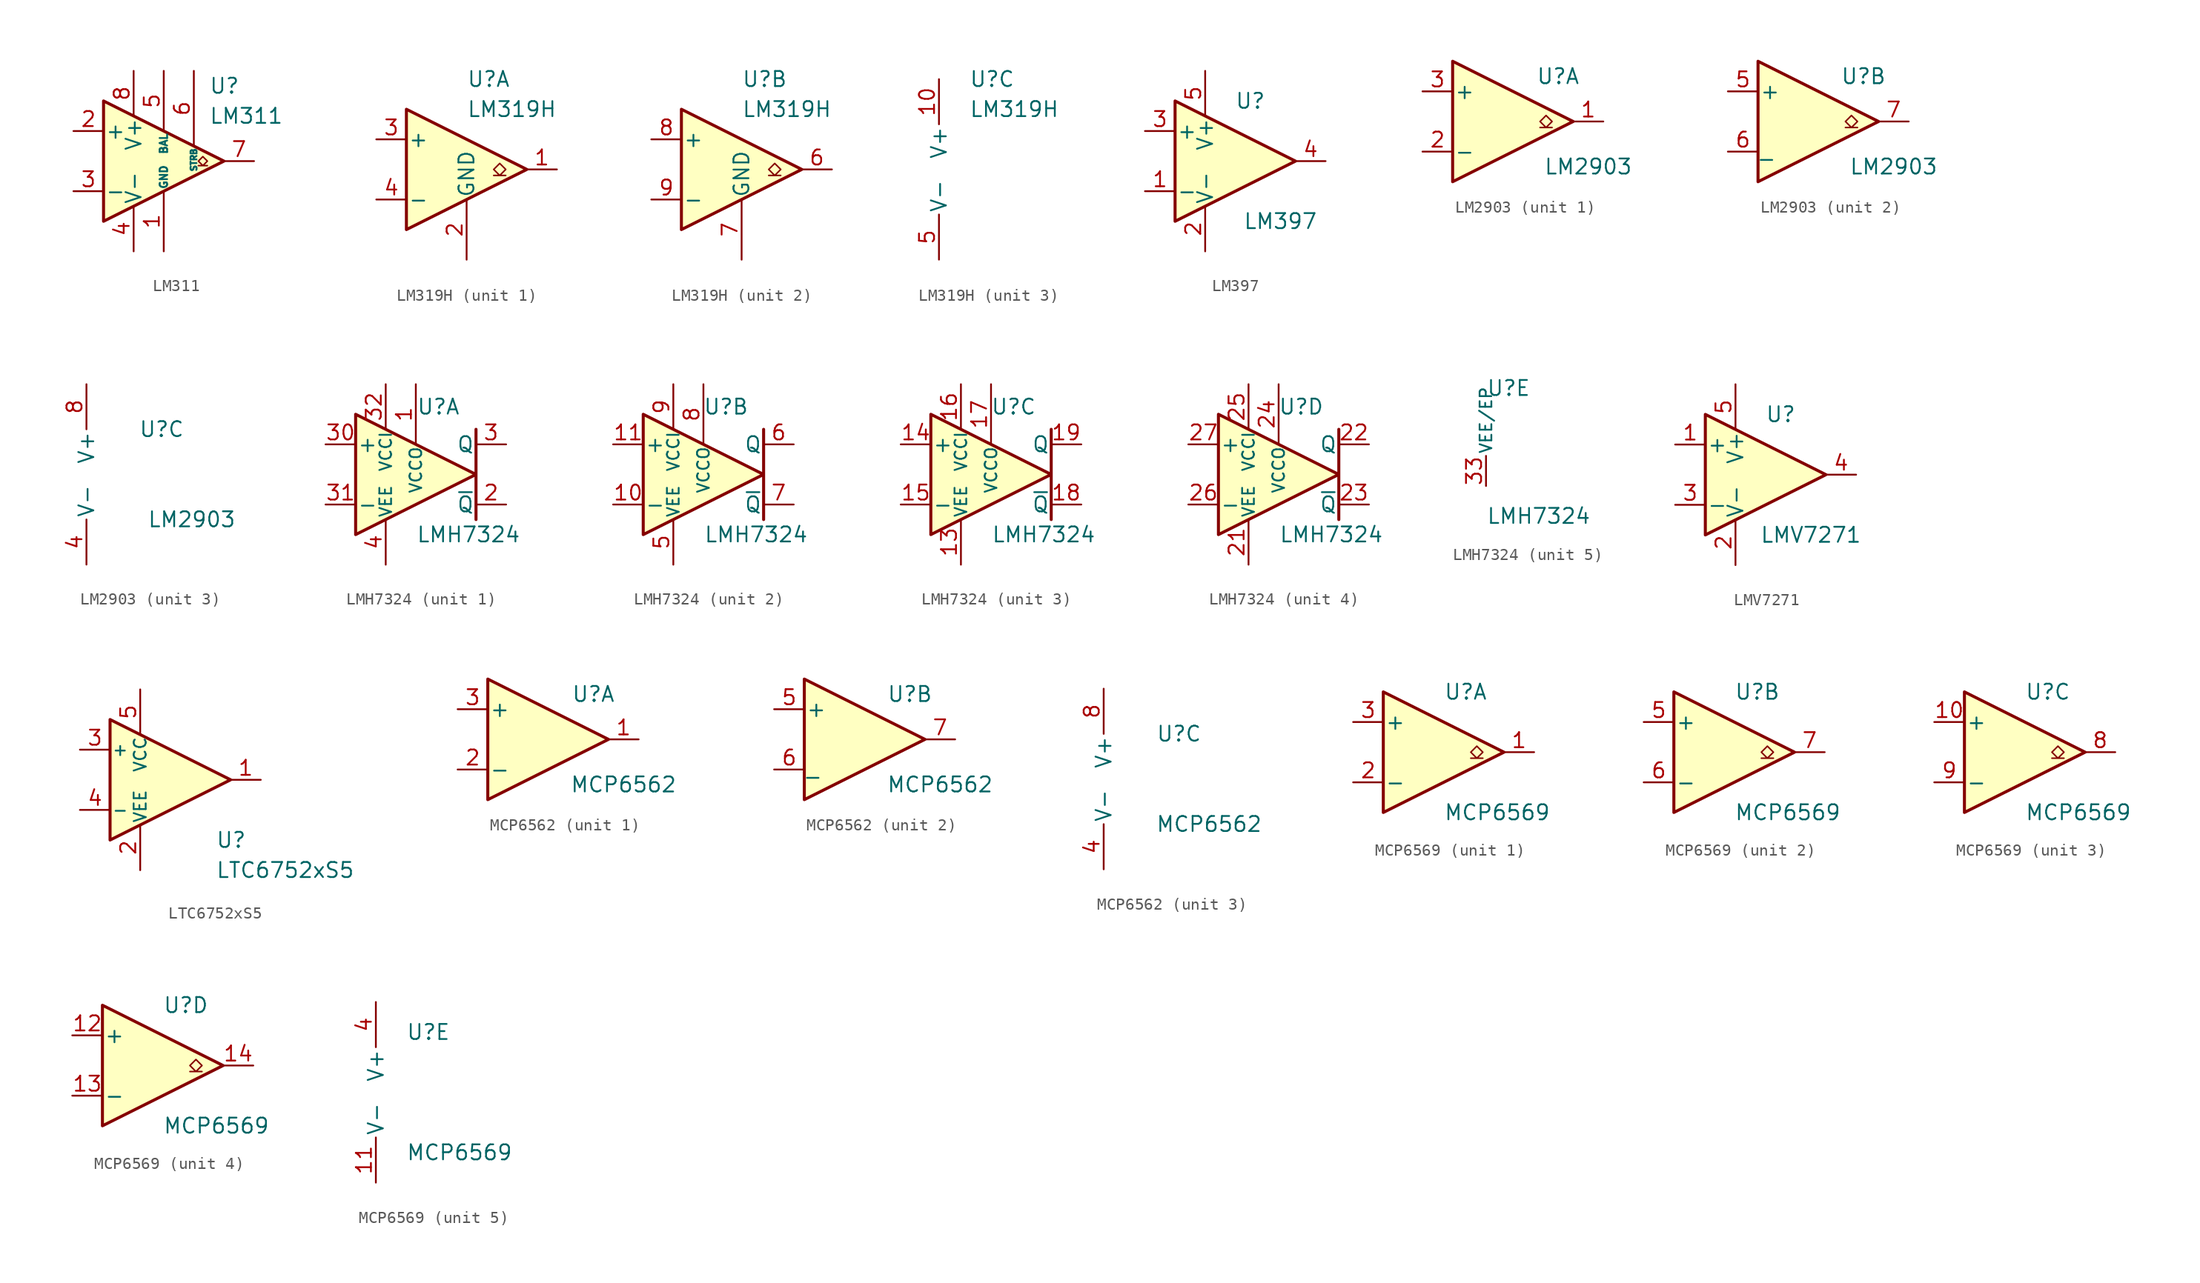
<source format=kicad_sym>
(kicad_symbol_lib
  (version 20201005)
  (generator kicad_symbol_editor)
  (symbol "Comparator:LM311"
    (pin_names
      (offset 0.127))
    (property "Reference" "U"
      (at 3.81 6.35 0)
      (effects (font (size 1.27 1.27)) (justify left)))
    (property "Value" "LM311"
      (at 3.81 3.81 0)
      (effects (font (size 1.27 1.27)) (justify left)))
    (symbol "LM311_0_1"
      (polyline (pts (xy 5.08 0) (xy -5.08 5.08) (xy -5.08 -5.08) (xy 5.08 0)) (stroke (width 0.254)) (fill (type background)))
      (polyline (pts (xy 3.683 -0.381) (xy 3.302 -0.381) (xy 3.683 0) (xy 3.302 0.381) (xy 2.921 0) (xy 3.302 -0.381) (xy 2.921 -0.381)) (stroke (width 0.127)) (fill (type none))))
    (symbol "LM311_1_1"
      (pin passive line (at 0 -7.62 90) (length 5.08) (name "GND" (effects (font (size 0.635 0.635)))) (number "1" (effects (font (size 1.27 1.27)))))
      (pin input line (at -7.62 2.54 0) (length 2.54) (name "+" (effects (font (size 1.27 1.27)))) (number "2" (effects (font (size 1.27 1.27)))))
      (pin input line (at -7.62 -2.54 0) (length 2.54) (name "-" (effects (font (size 1.27 1.27)))) (number "3" (effects (font (size 1.27 1.27)))))
      (pin power_in line (at -2.54 -7.62 90) (length 3.81) (name "V-" (effects (font (size 1.27 1.27)))) (number "4" (effects (font (size 1.27 1.27)))))
      (pin input line (at 0 7.62 270) (length 5.08) (name "BAL" (effects (font (size 0.635 0.635)))) (number "5" (effects (font (size 1.27 1.27)))))
      (pin input line (at 2.54 7.62 270) (length 6.35) (name "STRB" (effects (font (size 0.508 0.508)))) (number "6" (effects (font (size 1.27 1.27)))))
      (pin open_collector line (at 7.62 0 180) (length 2.54) (name "~" (effects (font (size 1.27 1.27)))) (number "7" (effects (font (size 1.27 1.27)))))
      (pin power_in line (at -2.54 7.62 270) (length 3.81) (name "V+" (effects (font (size 1.27 1.27)))) (number "8" (effects (font (size 1.27 1.27)))))))
  (symbol "Comparator:LM319H"
    (pin_names
      (offset 0.127))
    (property "Reference" "U"
      (at 0 7.62 0)
      (effects (font (size 1.27 1.27)) (justify left)))
    (property "Value" "LM319H"
      (at 0 5.08 0)
      (effects (font (size 1.27 1.27)) (justify left)))
    (property "ki_locked" ""
      (at 0 0 0)
      (effects (font (size 1.27 1.27))))
    (symbol "LM319H_1_1"
      (polyline (pts (xy 5.08 0) (xy -5.08 5.08) (xy -5.08 -5.08) (xy 5.08 0)) (stroke (width 0.254)) (fill (type background)))
      (polyline (pts (xy 3.302 -0.508) (xy 2.794 -0.508) (xy 3.302 0) (xy 2.794 0.508) (xy 2.286 0) (xy 2.794 -0.508) (xy 2.286 -0.508)) (stroke (width 0.127)) (fill (type none)))
      (pin open_collector line (at 7.62 0 180) (length 2.54) (name "~" (effects (font (size 1.27 1.27)))) (number "1" (effects (font (size 1.27 1.27)))))
      (pin passive line (at 0 -7.62 90) (length 5.08) (name "GND" (effects (font (size 1.27 1.27)))) (number "2" (effects (font (size 1.27 1.27)))))
      (pin input line (at -7.62 2.54 0) (length 2.54) (name "+" (effects (font (size 1.27 1.27)))) (number "3" (effects (font (size 1.27 1.27)))))
      (pin input line (at -7.62 -2.54 0) (length 2.54) (name "-" (effects (font (size 1.27 1.27)))) (number "4" (effects (font (size 1.27 1.27))))))
    (symbol "LM319H_2_1"
      (polyline (pts (xy 5.08 0) (xy -5.08 5.08) (xy -5.08 -5.08) (xy 5.08 0)) (stroke (width 0.254)) (fill (type background)))
      (polyline (pts (xy 3.302 -0.508) (xy 2.794 -0.508) (xy 3.302 0) (xy 2.794 0.508) (xy 2.286 0) (xy 2.794 -0.508) (xy 2.286 -0.508)) (stroke (width 0.127)) (fill (type none)))
      (pin open_collector line (at 7.62 0 180) (length 2.54) (name "~" (effects (font (size 1.27 1.27)))) (number "6" (effects (font (size 1.27 1.27)))))
      (pin passive line (at 0 -7.62 90) (length 5.08) (name "GND" (effects (font (size 1.27 1.27)))) (number "7" (effects (font (size 1.27 1.27)))))
      (pin input line (at -7.62 2.54 0) (length 2.54) (name "+" (effects (font (size 1.27 1.27)))) (number "8" (effects (font (size 1.27 1.27)))))
      (pin input line (at -7.62 -2.54 0) (length 2.54) (name "-" (effects (font (size 1.27 1.27)))) (number "9" (effects (font (size 1.27 1.27))))))
    (symbol "LM319H_3_1"
      (pin power_in line (at -2.54 7.62 270) (length 3.81) (name "V+" (effects (font (size 1.27 1.27)))) (number "10" (effects (font (size 1.27 1.27)))))
      (pin power_in line (at -2.54 -7.62 90) (length 3.81) (name "V-" (effects (font (size 1.27 1.27)))) (number "5" (effects (font (size 1.27 1.27)))))))
  (symbol "Comparator:LM397"
    (pin_names
      (offset 0.127))
    (property "Reference" "U"
      (at 1.27 5.08 0)
      (effects (font (size 1.27 1.27))))
    (property "Value" "LM397"
      (at 3.81 -5.08 0)
      (effects (font (size 1.27 1.27))))
    (symbol "LM397_0_1"
      (polyline (pts (xy -5.08 5.08) (xy 5.08 0) (xy -5.08 -5.08) (xy -5.08 5.08)) (stroke (width 0.254)) (fill (type background))))
    (symbol "LM397_1_1"
      (pin input line (at -7.62 -2.54 0) (length 2.54) (name "-" (effects (font (size 1.27 1.27)))) (number "1" (effects (font (size 1.27 1.27)))))
      (pin power_in line (at -2.54 -7.62 90) (length 3.81) (name "V-" (effects (font (size 1.27 1.27)))) (number "2" (effects (font (size 1.27 1.27)))))
      (pin input line (at -7.62 2.54 0) (length 2.54) (name "+" (effects (font (size 1.27 1.27)))) (number "3" (effects (font (size 1.27 1.27)))))
      (pin open_collector line (at 7.62 0 180) (length 2.54) (name "~" (effects (font (size 1.27 1.27)))) (number "4" (effects (font (size 1.27 1.27)))))
      (pin power_in line (at -2.54 7.62 270) (length 3.81) (name "V+" (effects (font (size 1.27 1.27)))) (number "5" (effects (font (size 1.27 1.27)))))))
  (symbol "Comparator:LM2903"
    (pin_names
      (offset 0.127))
    (property "Reference" "U"
      (at 3.81 3.81 0)
      (effects (font (size 1.27 1.27))))
    (property "Value" "LM2903"
      (at 6.35 -3.81 0)
      (effects (font (size 1.27 1.27))))
    (property "ki_locked" ""
      (at 0 0 0)
      (effects (font (size 1.27 1.27))))
    (symbol "LM2903_1_1"
      (polyline (pts (xy -5.08 5.08) (xy 5.08 0) (xy -5.08 -5.08) (xy -5.08 5.08)) (stroke (width 0.254)) (fill (type background)))
      (polyline (pts (xy 3.302 -0.508) (xy 2.794 -0.508) (xy 3.302 0) (xy 2.794 0.508) (xy 2.286 0) (xy 2.794 -0.508) (xy 2.286 -0.508)) (stroke (width 0.127)) (fill (type none)))
      (pin open_collector line (at 7.62 0 180) (length 2.54) (name "~" (effects (font (size 1.27 1.27)))) (number "1" (effects (font (size 1.27 1.27)))))
      (pin input line (at -7.62 -2.54 0) (length 2.54) (name "-" (effects (font (size 1.27 1.27)))) (number "2" (effects (font (size 1.27 1.27)))))
      (pin input line (at -7.62 2.54 0) (length 2.54) (name "+" (effects (font (size 1.27 1.27)))) (number "3" (effects (font (size 1.27 1.27))))))
    (symbol "LM2903_2_1"
      (polyline (pts (xy -5.08 5.08) (xy 5.08 0) (xy -5.08 -5.08) (xy -5.08 5.08)) (stroke (width 0.254)) (fill (type background)))
      (polyline (pts (xy 3.302 -0.508) (xy 2.794 -0.508) (xy 3.302 0) (xy 2.794 0.508) (xy 2.286 0) (xy 2.794 -0.508) (xy 2.286 -0.508)) (stroke (width 0.127)) (fill (type none)))
      (pin input line (at -7.62 2.54 0) (length 2.54) (name "+" (effects (font (size 1.27 1.27)))) (number "5" (effects (font (size 1.27 1.27)))))
      (pin input line (at -7.62 -2.54 0) (length 2.54) (name "_" (effects (font (size 1.27 1.27)))) (number "6" (effects (font (size 1.27 1.27)))))
      (pin open_collector line (at 7.62 0 180) (length 2.54) (name "~" (effects (font (size 1.27 1.27)))) (number "7" (effects (font (size 1.27 1.27))))))
    (symbol "LM2903_3_1"
      (pin power_in line (at -2.54 -7.62 90) (length 3.81) (name "V-" (effects (font (size 1.27 1.27)))) (number "4" (effects (font (size 1.27 1.27)))))
      (pin power_in line (at -2.54 7.62 270) (length 3.81) (name "V+" (effects (font (size 1.27 1.27)))) (number "8" (effects (font (size 1.27 1.27)))))))
  (symbol "Comparator:LMH7324"
    (pin_names
      (offset 0.127))
    (property "Reference" "U"
      (at 1.905 5.715 0)
      (effects (font (size 1.27 1.27))))
    (property "Value" "LMH7324"
      (at 4.445 -5.08 0)
      (effects (font (size 1.27 1.27))))
    (property "ki_locked" ""
      (at 0 0 0)
      (effects (font (size 1.27 1.27))))
    (symbol "LMH7324_1_1"
      (polyline (pts (xy 5.08 3.81) (xy 5.08 0) (xy -5.08 5.08) (xy -5.08 -5.08) (xy 5.08 0) (xy 5.08 -3.81)) (stroke (width 0.254)) (fill (type background)))
      (pin power_in line (at 0 7.62 270) (length 5.08) (name "VCCO" (effects (font (size 0.991 0.991)))) (number "1" (effects (font (size 1.27 1.27)))))
      (pin output line (at 7.62 -2.54 180) (length 2.54) (name "~Q" (effects (font (size 1.27 1.27)))) (number "2" (effects (font (size 1.27 1.27)))))
      (pin passive line (at -2.54 -7.62 90) (length 3.81) hide (name "VEE" (effects (font (size 0.991 0.991)))) (number "29" (effects (font (size 1.27 1.27)))))
      (pin output line (at 7.62 2.54 180) (length 2.54) (name "Q" (effects (font (size 1.27 1.27)))) (number "3" (effects (font (size 1.27 1.27)))))
      (pin input line (at -7.62 2.54 0) (length 2.54) (name "+" (effects (font (size 1.27 1.27)))) (number "30" (effects (font (size 1.27 1.27)))))
      (pin input line (at -7.62 -2.54 0) (length 2.54) (name "-" (effects (font (size 1.27 1.27)))) (number "31" (effects (font (size 1.27 1.27)))))
      (pin power_in line (at -2.54 7.62 270) (length 3.81) (name "VCCI" (effects (font (size 0.991 0.991)))) (number "32" (effects (font (size 1.27 1.27)))))
      (pin power_in line (at -2.54 -7.62 90) (length 3.81) (name "VEE" (effects (font (size 0.991 0.991)))) (number "4" (effects (font (size 1.27 1.27))))))
    (symbol "LMH7324_2_1"
      (polyline (pts (xy 5.08 3.81) (xy 5.08 0) (xy -5.08 5.08) (xy -5.08 -5.08) (xy 5.08 0) (xy 5.08 -3.81)) (stroke (width 0.254)) (fill (type background)))
      (pin input line (at -7.62 -2.54 0) (length 2.54) (name "-" (effects (font (size 1.27 1.27)))) (number "10" (effects (font (size 1.27 1.27)))))
      (pin input line (at -7.62 2.54 0) (length 2.54) (name "+" (effects (font (size 1.27 1.27)))) (number "11" (effects (font (size 1.27 1.27)))))
      (pin passive line (at -2.54 -7.62 90) (length 3.81) hide (name "VEE" (effects (font (size 0.991 0.991)))) (number "12" (effects (font (size 1.27 1.27)))))
      (pin power_in line (at -2.54 -7.62 90) (length 3.81) (name "VEE" (effects (font (size 0.991 0.991)))) (number "5" (effects (font (size 1.27 1.27)))))
      (pin output line (at 7.62 2.54 180) (length 2.54) (name "Q" (effects (font (size 1.27 1.27)))) (number "6" (effects (font (size 1.27 1.27)))))
      (pin output line (at 7.62 -2.54 180) (length 2.54) (name "~Q" (effects (font (size 1.27 1.27)))) (number "7" (effects (font (size 1.27 1.27)))))
      (pin power_in line (at 0 7.62 270) (length 5.08) (name "VCCO" (effects (font (size 0.991 0.991)))) (number "8" (effects (font (size 1.27 1.27)))))
      (pin power_in line (at -2.54 7.62 270) (length 3.81) (name "VCCI" (effects (font (size 0.991 0.991)))) (number "9" (effects (font (size 1.27 1.27))))))
    (symbol "LMH7324_3_1"
      (polyline (pts (xy 5.08 3.81) (xy 5.08 0) (xy -5.08 5.08) (xy -5.08 -5.08) (xy 5.08 0) (xy 5.08 -3.81)) (stroke (width 0.254)) (fill (type background)))
      (pin power_in line (at -2.54 -7.62 90) (length 3.81) (name "VEE" (effects (font (size 0.991 0.991)))) (number "13" (effects (font (size 1.27 1.27)))))
      (pin input line (at -7.62 2.54 0) (length 2.54) (name "+" (effects (font (size 1.27 1.27)))) (number "14" (effects (font (size 1.27 1.27)))))
      (pin input line (at -7.62 -2.54 0) (length 2.54) (name "-" (effects (font (size 1.27 1.27)))) (number "15" (effects (font (size 1.27 1.27)))))
      (pin power_in line (at -2.54 7.62 270) (length 3.81) (name "VCCI" (effects (font (size 0.991 0.991)))) (number "16" (effects (font (size 1.27 1.27)))))
      (pin power_in line (at 0 7.62 270) (length 5.08) (name "VCCO" (effects (font (size 0.991 0.991)))) (number "17" (effects (font (size 1.27 1.27)))))
      (pin output line (at 7.62 -2.54 180) (length 2.54) (name "~Q" (effects (font (size 1.27 1.27)))) (number "18" (effects (font (size 1.27 1.27)))))
      (pin output line (at 7.62 2.54 180) (length 2.54) (name "Q" (effects (font (size 1.27 1.27)))) (number "19" (effects (font (size 1.27 1.27)))))
      (pin passive line (at -2.54 -7.62 90) (length 3.81) hide (name "VEE" (effects (font (size 0.991 0.991)))) (number "20" (effects (font (size 1.27 1.27))))))
    (symbol "LMH7324_4_1"
      (polyline (pts (xy 5.08 3.81) (xy 5.08 0) (xy -5.08 5.08) (xy -5.08 -5.08) (xy 5.08 0) (xy 5.08 -3.81)) (stroke (width 0.254)) (fill (type background)))
      (pin power_in line (at -2.54 -7.62 90) (length 3.81) (name "VEE" (effects (font (size 0.991 0.991)))) (number "21" (effects (font (size 1.27 1.27)))))
      (pin output line (at 7.62 2.54 180) (length 2.54) (name "Q" (effects (font (size 1.27 1.27)))) (number "22" (effects (font (size 1.27 1.27)))))
      (pin output line (at 7.62 -2.54 180) (length 2.54) (name "~Q" (effects (font (size 1.27 1.27)))) (number "23" (effects (font (size 1.27 1.27)))))
      (pin power_in line (at 0 7.62 270) (length 5.08) (name "VCCO" (effects (font (size 0.991 0.991)))) (number "24" (effects (font (size 1.27 1.27)))))
      (pin power_in line (at -2.54 7.62 270) (length 3.81) (name "VCCI" (effects (font (size 0.991 0.991)))) (number "25" (effects (font (size 1.27 1.27)))))
      (pin input line (at -7.62 -2.54 0) (length 2.54) (name "-" (effects (font (size 1.27 1.27)))) (number "26" (effects (font (size 1.27 1.27)))))
      (pin input line (at -7.62 2.54 0) (length 2.54) (name "+" (effects (font (size 1.27 1.27)))) (number "27" (effects (font (size 1.27 1.27)))))
      (pin passive line (at -2.54 -7.62 90) (length 3.81) hide (name "VEE" (effects (font (size 0.991 0.991)))) (number "28" (effects (font (size 1.27 1.27))))))
    (symbol "LMH7324_5_1"
      (pin power_in line (at 0 -2.54 90) (length 2.54) (name "VEE/EP" (effects (font (size 0.991 0.991)))) (number "33" (effects (font (size 1.27 1.27)))))))
  (symbol "Comparator:LMV7271"
    (pin_names
      (offset 0.127))
    (property "Reference" "U"
      (at 1.27 5.08 0)
      (effects (font (size 1.27 1.27))))
    (property "Value" "LMV7271"
      (at 3.81 -5.08 0)
      (effects (font (size 1.27 1.27))))
    (symbol "LMV7271_0_1"
      (polyline (pts (xy -5.08 5.08) (xy 5.08 0) (xy -5.08 -5.08) (xy -5.08 5.08)) (stroke (width 0.254)) (fill (type background))))
    (symbol "LMV7271_1_1"
      (pin input line (at -7.62 2.54 0) (length 2.54) (name "+" (effects (font (size 1.27 1.27)))) (number "1" (effects (font (size 1.27 1.27)))))
      (pin power_in line (at -2.54 -7.62 90) (length 3.81) (name "V-" (effects (font (size 1.27 1.27)))) (number "2" (effects (font (size 1.27 1.27)))))
      (pin input line (at -7.62 -2.54 0) (length 2.54) (name "-" (effects (font (size 1.27 1.27)))) (number "3" (effects (font (size 1.27 1.27)))))
      (pin output line (at 7.62 0 180) (length 2.54) (name "~" (effects (font (size 1.27 1.27)))) (number "4" (effects (font (size 1.27 1.27)))))
      (pin power_in line (at -2.54 7.62 270) (length 3.81) (name "V+" (effects (font (size 1.27 1.27)))) (number "5" (effects (font (size 1.27 1.27)))))))
  (symbol "Comparator:LTC6752xS5"
    (pin_names
      (offset 0.127))
    (property "Reference" "U"
      (at 3.81 -5.08 0)
      (effects (font (size 1.27 1.27)) (justify left)))
    (property "Value" "LTC6752xS5"
      (at 3.81 -7.62 0)
      (effects (font (size 1.27 1.27)) (justify left)))
    (symbol "LTC6752xS5_1_1"
      (polyline (pts (xy -5.08 5.08) (xy 5.08 0) (xy -5.08 -5.08) (xy -5.08 5.08)) (stroke (width 0.254)) (fill (type background)))
      (pin output line (at 7.62 0 180) (length 2.54) (name "~" (effects (font (size 1.27 1.27)))) (number "1" (effects (font (size 1.27 1.27)))))
      (pin power_in line (at -2.54 -7.62 90) (length 3.81) (name "VEE" (effects (font (size 1.016 1.016)))) (number "2" (effects (font (size 1.27 1.27)))))
      (pin input line (at -7.62 2.54 0) (length 2.54) (name "+" (effects (font (size 1.016 1.016)))) (number "3" (effects (font (size 1.27 1.27)))))
      (pin input line (at -7.62 -2.54 0) (length 2.54) (name "-" (effects (font (size 1.016 1.016)))) (number "4" (effects (font (size 1.27 1.27)))))
      (pin power_in line (at -2.54 7.62 270) (length 3.81) (name "VCC" (effects (font (size 1.016 1.016)))) (number "5" (effects (font (size 1.27 1.27)))))))
  (symbol "Comparator:MCP6562"
    (pin_names
      (offset 0.127))
    (property "Reference" "U"
      (at 3.81 3.81 0)
      (effects (font (size 1.27 1.27))))
    (property "Value" "MCP6562"
      (at 6.35 -3.81 0)
      (effects (font (size 1.27 1.27))))
    (property "ki_locked" ""
      (at 0 0 0)
      (effects (font (size 1.27 1.27))))
    (symbol "MCP6562_1_1"
      (polyline (pts (xy -5.08 5.08) (xy 5.08 0) (xy -5.08 -5.08) (xy -5.08 5.08)) (stroke (width 0.254)) (fill (type background)))
      (pin output line (at 7.62 0 180) (length 2.54) (name "~" (effects (font (size 1.27 1.27)))) (number "1" (effects (font (size 1.27 1.27)))))
      (pin input line (at -7.62 -2.54 0) (length 2.54) (name "-" (effects (font (size 1.27 1.27)))) (number "2" (effects (font (size 1.27 1.27)))))
      (pin input line (at -7.62 2.54 0) (length 2.54) (name "+" (effects (font (size 1.27 1.27)))) (number "3" (effects (font (size 1.27 1.27))))))
    (symbol "MCP6562_2_1"
      (polyline (pts (xy -5.08 5.08) (xy 5.08 0) (xy -5.08 -5.08) (xy -5.08 5.08)) (stroke (width 0.254)) (fill (type background)))
      (pin input line (at -7.62 2.54 0) (length 2.54) (name "+" (effects (font (size 1.27 1.27)))) (number "5" (effects (font (size 1.27 1.27)))))
      (pin input line (at -7.62 -2.54 0) (length 2.54) (name "_" (effects (font (size 1.27 1.27)))) (number "6" (effects (font (size 1.27 1.27)))))
      (pin open_collector line (at 7.62 0 180) (length 2.54) (name "~" (effects (font (size 1.27 1.27)))) (number "7" (effects (font (size 1.27 1.27))))))
    (symbol "MCP6562_3_1"
      (pin power_in line (at -2.54 -7.62 90) (length 3.81) (name "V-" (effects (font (size 1.27 1.27)))) (number "4" (effects (font (size 1.27 1.27)))))
      (pin power_in line (at -2.54 7.62 270) (length 3.81) (name "V+" (effects (font (size 1.27 1.27)))) (number "8" (effects (font (size 1.27 1.27)))))))
  (symbol "Comparator:MCP6569"
    (pin_names
      (offset 0.127))
    (property "Reference" "U"
      (at 0 5.08 0)
      (effects (font (size 1.27 1.27)) (justify left)))
    (property "Value" "MCP6569"
      (at 0 -5.08 0)
      (effects (font (size 1.27 1.27)) (justify left)))
    (property "ki_locked" ""
      (at 0 0 0)
      (effects (font (size 1.27 1.27))))
    (symbol "MCP6569_1_1"
      (polyline (pts (xy -5.08 5.08) (xy 5.08 0) (xy -5.08 -5.08) (xy -5.08 5.08)) (stroke (width 0.254)) (fill (type background)))
      (polyline (pts (xy 3.302 -0.508) (xy 2.794 -0.508) (xy 3.302 0) (xy 2.794 0.508) (xy 2.286 0) (xy 2.794 -0.508) (xy 2.286 -0.508)) (stroke (width 0.127)) (fill (type none)))
      (pin open_collector line (at 7.62 0 180) (length 2.54) (name "~" (effects (font (size 1.27 1.27)))) (number "1" (effects (font (size 1.27 1.27)))))
      (pin input line (at -7.62 -2.54 0) (length 2.54) (name "-" (effects (font (size 1.27 1.27)))) (number "2" (effects (font (size 1.27 1.27)))))
      (pin input line (at -7.62 2.54 0) (length 2.54) (name "+" (effects (font (size 1.27 1.27)))) (number "3" (effects (font (size 1.27 1.27))))))
    (symbol "MCP6569_2_1"
      (polyline (pts (xy -5.08 5.08) (xy 5.08 0) (xy -5.08 -5.08) (xy -5.08 5.08)) (stroke (width 0.254)) (fill (type background)))
      (polyline (pts (xy 3.302 -0.508) (xy 2.794 -0.508) (xy 3.302 0) (xy 2.794 0.508) (xy 2.286 0) (xy 2.794 -0.508) (xy 2.286 -0.508)) (stroke (width 0.127)) (fill (type none)))
      (pin input line (at -7.62 2.54 0) (length 2.54) (name "+" (effects (font (size 1.27 1.27)))) (number "5" (effects (font (size 1.27 1.27)))))
      (pin input line (at -7.62 -2.54 0) (length 2.54) (name "-" (effects (font (size 1.27 1.27)))) (number "6" (effects (font (size 1.27 1.27)))))
      (pin open_collector line (at 7.62 0 180) (length 2.54) (name "~" (effects (font (size 1.27 1.27)))) (number "7" (effects (font (size 1.27 1.27))))))
    (symbol "MCP6569_3_1"
      (polyline (pts (xy -5.08 5.08) (xy 5.08 0) (xy -5.08 -5.08) (xy -5.08 5.08)) (stroke (width 0.254)) (fill (type background)))
      (polyline (pts (xy 3.302 -0.508) (xy 2.794 -0.508) (xy 3.302 0) (xy 2.794 0.508) (xy 2.286 0) (xy 2.794 -0.508) (xy 2.286 -0.508)) (stroke (width 0.127)) (fill (type none)))
      (pin input line (at -7.62 2.54 0) (length 2.54) (name "+" (effects (font (size 1.27 1.27)))) (number "10" (effects (font (size 1.27 1.27)))))
      (pin open_collector line (at 7.62 0 180) (length 2.54) (name "~" (effects (font (size 1.27 1.27)))) (number "8" (effects (font (size 1.27 1.27)))))
      (pin input line (at -7.62 -2.54 0) (length 2.54) (name "-" (effects (font (size 1.27 1.27)))) (number "9" (effects (font (size 1.27 1.27))))))
    (symbol "MCP6569_4_1"
      (polyline (pts (xy -5.08 5.08) (xy 5.08 0) (xy -5.08 -5.08) (xy -5.08 5.08)) (stroke (width 0.254)) (fill (type background)))
      (polyline (pts (xy 3.302 -0.508) (xy 2.794 -0.508) (xy 3.302 0) (xy 2.794 0.508) (xy 2.286 0) (xy 2.794 -0.508) (xy 2.286 -0.508)) (stroke (width 0.127)) (fill (type none)))
      (pin input line (at -7.62 2.54 0) (length 2.54) (name "+" (effects (font (size 1.27 1.27)))) (number "12" (effects (font (size 1.27 1.27)))))
      (pin input line (at -7.62 -2.54 0) (length 2.54) (name "-" (effects (font (size 1.27 1.27)))) (number "13" (effects (font (size 1.27 1.27)))))
      (pin open_collector line (at 7.62 0 180) (length 2.54) (name "~" (effects (font (size 1.27 1.27)))) (number "14" (effects (font (size 1.27 1.27))))))
    (symbol "MCP6569_5_1"
      (pin power_in line (at -2.54 -7.62 90) (length 3.81) (name "V-" (effects (font (size 1.27 1.27)))) (number "11" (effects (font (size 1.27 1.27)))))
      (pin power_in line (at -2.54 7.62 270) (length 3.81) (name "V+" (effects (font (size 1.27 1.27)))) (number "4" (effects (font (size 1.27 1.27))))))))
</source>
